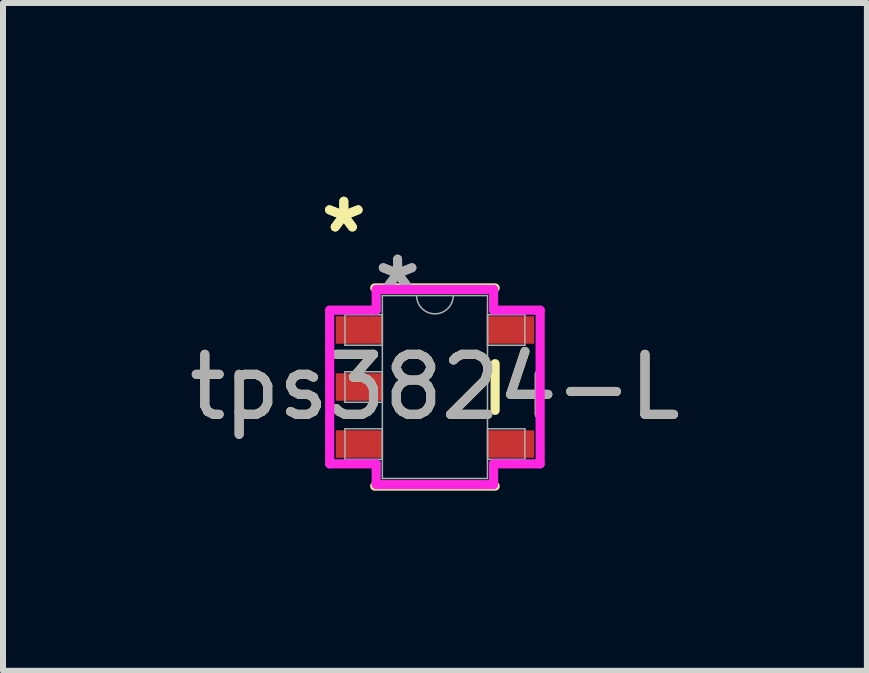
<source format=kicad_pcb>
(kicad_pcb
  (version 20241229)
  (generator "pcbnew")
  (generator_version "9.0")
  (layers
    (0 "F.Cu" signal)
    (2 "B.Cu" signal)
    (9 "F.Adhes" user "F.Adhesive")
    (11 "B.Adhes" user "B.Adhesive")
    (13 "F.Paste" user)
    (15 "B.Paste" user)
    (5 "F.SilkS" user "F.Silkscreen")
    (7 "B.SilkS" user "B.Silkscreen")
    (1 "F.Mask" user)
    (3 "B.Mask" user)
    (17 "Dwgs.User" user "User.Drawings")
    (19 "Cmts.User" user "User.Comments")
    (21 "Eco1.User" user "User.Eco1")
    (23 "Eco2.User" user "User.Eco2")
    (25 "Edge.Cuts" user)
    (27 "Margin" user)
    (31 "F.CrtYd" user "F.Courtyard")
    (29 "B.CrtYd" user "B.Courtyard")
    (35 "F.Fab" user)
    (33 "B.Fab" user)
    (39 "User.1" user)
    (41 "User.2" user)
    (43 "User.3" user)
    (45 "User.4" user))
  (footprint "tps3824-L"
    (layer "F.Cu")
    (at 4.196 3.398)
    (property "Reference" "tps3824-L" (at 0 0 0) (unlocked yes) (layer "F.SilkS") (effects (font (size 1 1) (thickness 0.15))))
    (attr smd)
    (fp_line (start -1.003 1.651) (end 1.003 1.651) (stroke (width 0.152) (type solid)) (layer "F.SilkS"))
    (fp_line (start 1.003 -1.651) (end -1.003 -1.651) (stroke (width 0.152) (type solid)) (layer "F.SilkS"))
    (fp_line (start 1.003 0.389) (end 1.003 -0.389) (stroke (width 0.152) (type solid)) (layer "F.SilkS"))
    (fp_line (start -1.753 -1.28) (end -0.978 -1.28) (stroke (width 0.152) (type solid)) (layer "F.CrtYd"))
    (fp_line (start -1.753 1.28) (end -1.753 -1.28) (stroke (width 0.152) (type solid)) (layer "F.CrtYd"))
    (fp_line (start -0.978 -1.626) (end 0.978 -1.626) (stroke (width 0.152) (type solid)) (layer "F.CrtYd"))
    (fp_line (start -0.978 -1.28) (end -0.978 -1.626) (stroke (width 0.152) (type solid)) (layer "F.CrtYd"))
    (fp_line (start -0.978 1.28) (end -1.753 1.28) (stroke (width 0.152) (type solid)) (layer "F.CrtYd"))
    (fp_line (start -0.978 1.626) (end -0.978 1.28) (stroke (width 0.152) (type solid)) (layer "F.CrtYd"))
    (fp_line (start 0.978 -1.626) (end 0.978 -1.28) (stroke (width 0.152) (type solid)) (layer "F.CrtYd"))
    (fp_line (start 0.978 -1.28) (end 1.753 -1.28) (stroke (width 0.152) (type solid)) (layer "F.CrtYd"))
    (fp_line (start 0.978 1.28) (end 0.978 1.626) (stroke (width 0.152) (type solid)) (layer "F.CrtYd"))
    (fp_line (start 0.978 1.626) (end -0.978 1.626) (stroke (width 0.152) (type solid)) (layer "F.CrtYd"))
    (fp_line (start 1.753 -1.28) (end 1.753 1.28) (stroke (width 0.152) (type solid)) (layer "F.CrtYd"))
    (fp_line (start 1.753 1.28) (end 0.978 1.28) (stroke (width 0.152) (type solid)) (layer "F.CrtYd"))
    (fp_line (start -1.499 -1.204) (end -1.499 -0.696) (stroke (width 0.025) (type solid)) (layer "F.Fab"))
    (fp_line (start -1.499 -0.696) (end -0.876 -0.696) (stroke (width 0.025) (type solid)) (layer "F.Fab"))
    (fp_line (start -1.499 -0.254) (end -1.499 0.254) (stroke (width 0.025) (type solid)) (layer "F.Fab"))
    (fp_line (start -1.499 0.254) (end -0.876 0.254) (stroke (width 0.025) (type solid)) (layer "F.Fab"))
    (fp_line (start -1.499 0.696) (end -1.499 1.204) (stroke (width 0.025) (type solid)) (layer "F.Fab"))
    (fp_line (start -1.499 1.204) (end -0.876 1.204) (stroke (width 0.025) (type solid)) (layer "F.Fab"))
    (fp_line (start -0.876 -1.524) (end -0.876 1.524) (stroke (width 0.025) (type solid)) (layer "F.Fab"))
    (fp_line (start -0.876 -1.204) (end -1.499 -1.204) (stroke (width 0.025) (type solid)) (layer "F.Fab"))
    (fp_line (start -0.876 -0.696) (end -0.876 -1.204) (stroke (width 0.025) (type solid)) (layer "F.Fab"))
    (fp_line (start -0.876 -0.254) (end -1.499 -0.254) (stroke (width 0.025) (type solid)) (layer "F.Fab"))
    (fp_line (start -0.876 0.254) (end -0.876 -0.254) (stroke (width 0.025) (type solid)) (layer "F.Fab"))
    (fp_line (start -0.876 0.696) (end -1.499 0.696) (stroke (width 0.025) (type solid)) (layer "F.Fab"))
    (fp_line (start -0.876 1.204) (end -0.876 0.696) (stroke (width 0.025) (type solid)) (layer "F.Fab"))
    (fp_line (start -0.876 1.524) (end 0.876 1.524) (stroke (width 0.025) (type solid)) (layer "F.Fab"))
    (fp_line (start 0.876 -1.524) (end -0.876 -1.524) (stroke (width 0.025) (type solid)) (layer "F.Fab"))
    (fp_line (start 0.876 -1.204) (end 0.876 -0.696) (stroke (width 0.025) (type solid)) (layer "F.Fab"))
    (fp_line (start 0.876 -0.696) (end 1.499 -0.696) (stroke (width 0.025) (type solid)) (layer "F.Fab"))
    (fp_line (start 0.876 0.696) (end 0.876 1.204) (stroke (width 0.025) (type solid)) (layer "F.Fab"))
    (fp_line (start 0.876 1.204) (end 1.499 1.204) (stroke (width 0.025) (type solid)) (layer "F.Fab"))
    (fp_line (start 0.876 1.524) (end 0.876 -1.524) (stroke (width 0.025) (type solid)) (layer "F.Fab"))
    (fp_line (start 1.499 -1.204) (end 0.876 -1.204) (stroke (width 0.025) (type solid)) (layer "F.Fab"))
    (fp_line (start 1.499 -0.696) (end 1.499 -1.204) (stroke (width 0.025) (type solid)) (layer "F.Fab"))
    (fp_line (start 1.499 0.696) (end 0.876 0.696) (stroke (width 0.025) (type solid)) (layer "F.Fab"))
    (fp_line (start 1.499 1.204) (end 1.499 0.696) (stroke (width 0.025) (type solid)) (layer "F.Fab"))
    (fp_arc (start 0.3048 -1.524) (mid 0 -1.2192) (end -0.3048 -1.524) (stroke (width 0.0254) (type solid)) (layer "F.Fab"))
    (fp_text user "*" (at -1.518 -2.55 0) (unlocked yes) (layer "F.SilkS") (effects (font (size 1 1) (thickness 0.15))))
    (fp_text user "*" (at -1.518 -2.55 0) (layer "F.SilkS") (effects (font (size 1 1) (thickness 0.15))))
    (fp_text user "*" (at -0.622 -1.585 0) (unlocked yes) (layer "F.Fab") (effects (font (size 1 1) (thickness 0.15))))
    (fp_text user "*" (at -0.622 -1.585 0) (layer "F.Fab") (effects (font (size 1 1) (thickness 0.15))))
    (fp_text user "${REFERENCE}" (at 0 0 0) (unlocked yes) (layer "F.Fab") (effects (font (size 1 1) (thickness 0.15))))
    (pad "1" smd rect (at -1.264 -0.95) (size 0.775 0.457) (layers "F.Cu" "F.Mask" "F.Paste"))
    (pad "2" smd rect (at -1.264 0) (size 0.775 0.457) (layers "F.Cu" "F.Mask" "F.Paste"))
    (pad "3" smd rect (at -1.264 0.95) (size 0.775 0.457) (layers "F.Cu" "F.Mask" "F.Paste"))
    (pad "4" smd rect (at 1.264 0.95) (size 0.775 0.457) (layers "F.Cu" "F.Mask" "F.Paste"))
    (pad "5" smd rect (at 1.264 -0.95) (size 0.775 0.457) (layers "F.Cu" "F.Mask" "F.Paste")))
  (gr_rect
    (start -3 -3)
    (end 11.393 8.126)
    (stroke (width 0.1) (type default))
    (fill no)
    (layer "Edge.Cuts")))
</source>
